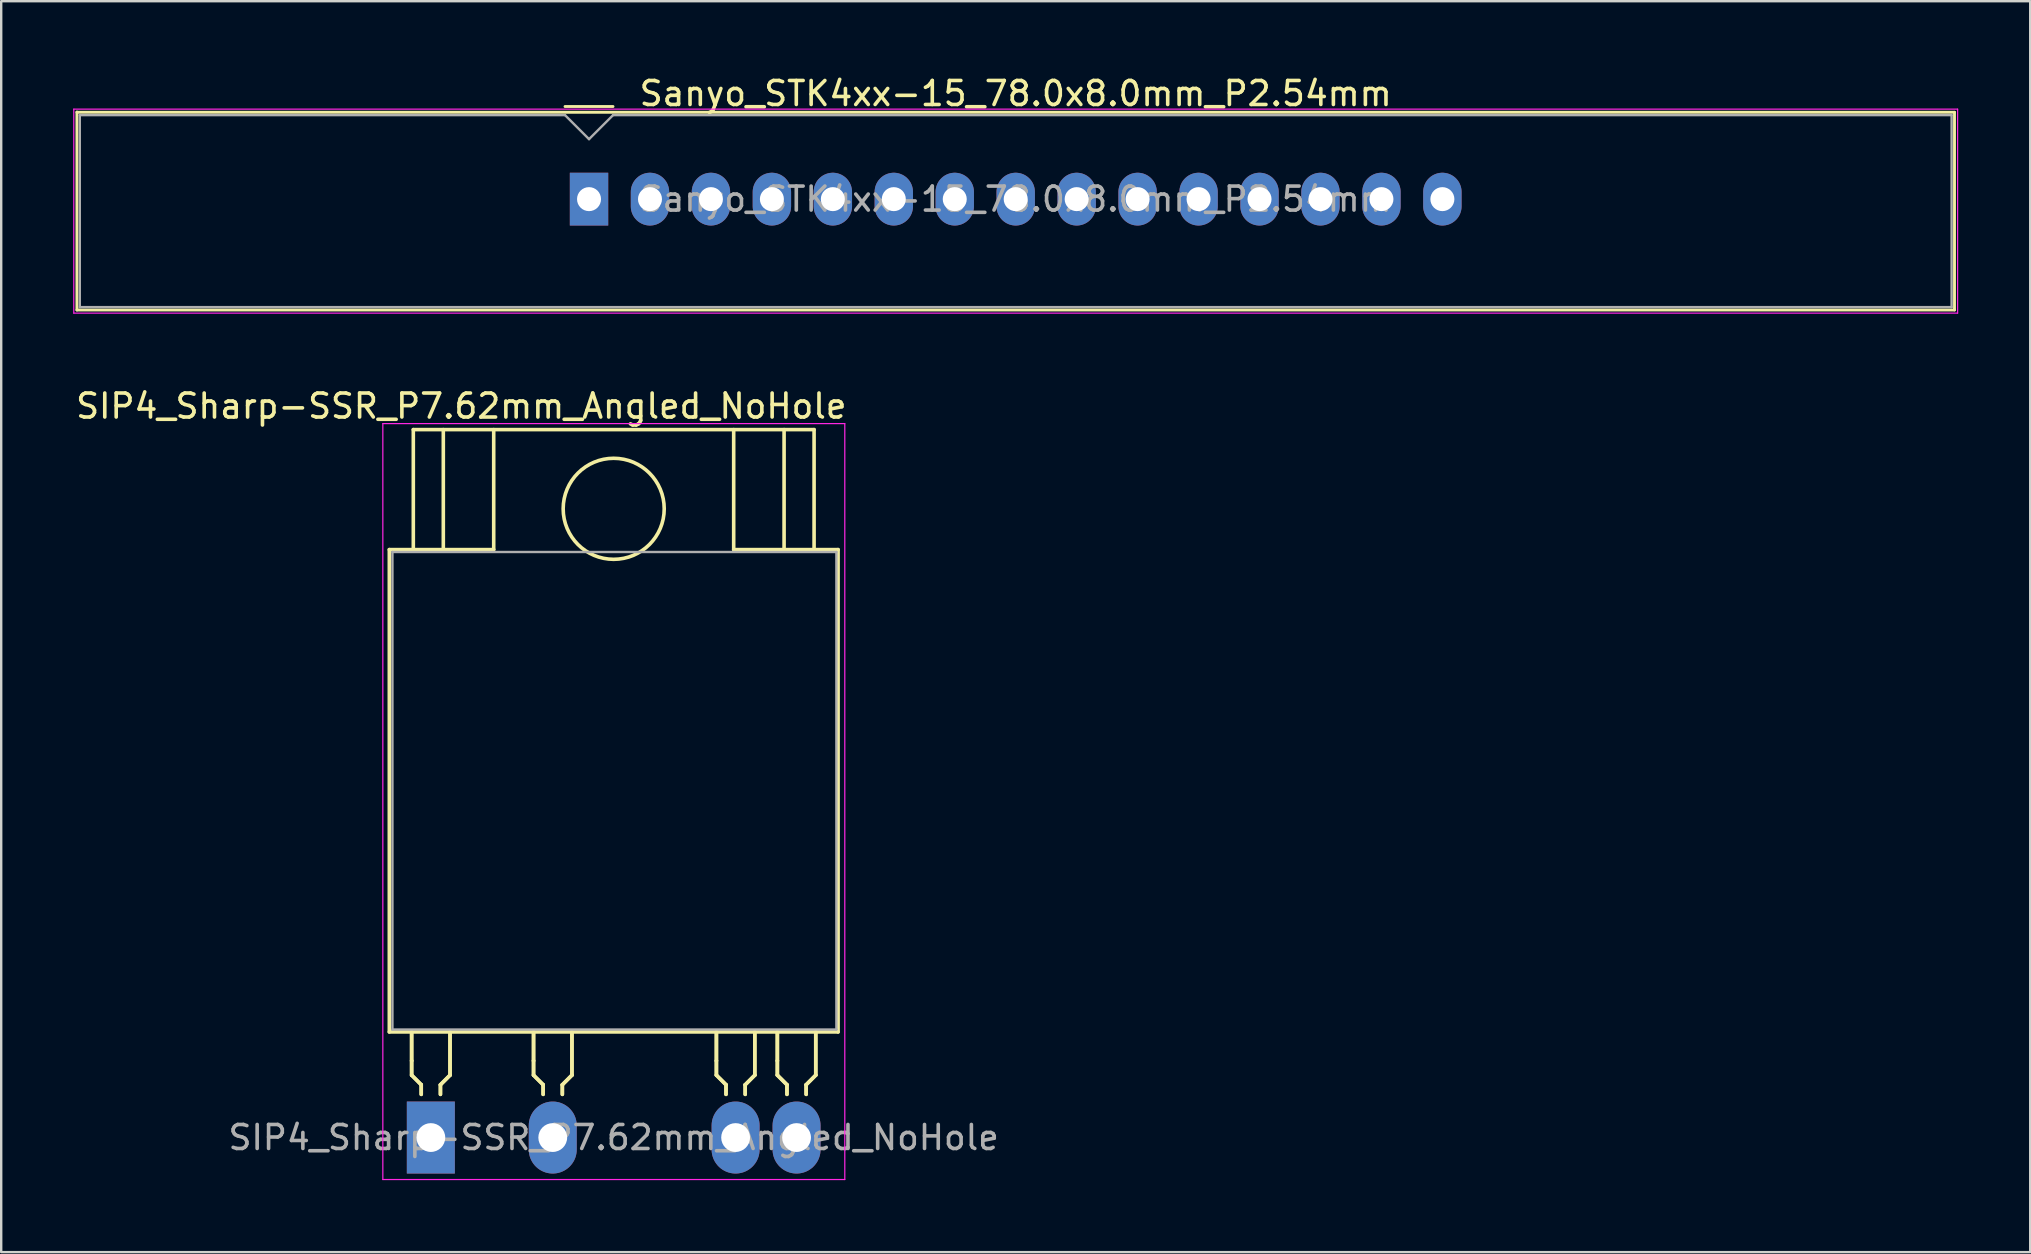
<source format=kicad_pcb>
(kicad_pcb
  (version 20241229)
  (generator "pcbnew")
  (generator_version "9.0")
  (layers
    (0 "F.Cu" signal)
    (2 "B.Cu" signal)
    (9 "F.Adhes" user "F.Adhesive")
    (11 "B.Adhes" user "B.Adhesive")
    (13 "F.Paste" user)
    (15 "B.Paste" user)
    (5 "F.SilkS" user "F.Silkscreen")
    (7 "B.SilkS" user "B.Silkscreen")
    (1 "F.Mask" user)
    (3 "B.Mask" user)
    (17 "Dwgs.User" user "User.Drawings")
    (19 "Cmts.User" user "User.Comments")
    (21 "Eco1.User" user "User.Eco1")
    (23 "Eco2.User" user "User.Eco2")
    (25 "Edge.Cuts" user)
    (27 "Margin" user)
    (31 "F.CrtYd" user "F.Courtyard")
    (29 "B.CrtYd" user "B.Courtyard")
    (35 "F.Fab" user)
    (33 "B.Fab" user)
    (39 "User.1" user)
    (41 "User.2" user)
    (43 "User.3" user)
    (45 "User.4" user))
  (footprint "SIP4_Sharp-SSR_P7.62mm_Angled_NoHole"
    (layer "F.Cu")
    (at 14.903 44.352)
    (property "Reference" "SIP4_Sharp-SSR_P7.62mm_Angled_NoHole" (at 1.27 -30.48 0) (layer "F.SilkS") (effects (font (size 1 1) (thickness 0.15))))
    (attr through_hole)
    (fp_line (start -1.73 -24.5) (end 2.62 -24.5) (stroke (width 0.15) (type solid)) (layer "F.SilkS"))
    (fp_line (start -1.73 -4.4) (end -1.73 -24.5) (stroke (width 0.15) (type solid)) (layer "F.SilkS"))
    (fp_line (start -0.8 -3.2) (end -0.8 -4.4) (stroke (width 0.15) (type solid)) (layer "F.SilkS"))
    (fp_line (start -0.8 -3.2) (end -0.8 -4.4) (stroke (width 0.15) (type solid)) (layer "F.SilkS"))
    (fp_line (start -0.8 -2.6) (end -0.8 -3.2) (stroke (width 0.15) (type solid)) (layer "F.SilkS"))
    (fp_line (start -0.8 -2.6) (end -0.8 -3.2) (stroke (width 0.15) (type solid)) (layer "F.SilkS"))
    (fp_line (start -0.73 -29.5) (end 15.97 -29.5) (stroke (width 0.15) (type solid)) (layer "F.SilkS"))
    (fp_line (start -0.73 -24.5) (end -0.73 -29.5) (stroke (width 0.15) (type solid)) (layer "F.SilkS"))
    (fp_line (start -0.4 -2.2) (end -0.8 -2.6) (stroke (width 0.15) (type solid)) (layer "F.SilkS"))
    (fp_line (start -0.4 -2.2) (end -0.8 -2.6) (stroke (width 0.15) (type solid)) (layer "F.SilkS"))
    (fp_line (start -0.4 -2.2) (end -0.4 -1.8) (stroke (width 0.15) (type solid)) (layer "F.SilkS"))
    (fp_line (start -0.4 -2.2) (end -0.4 -1.8) (stroke (width 0.15) (type solid)) (layer "F.SilkS"))
    (fp_line (start 0.4 -2.2) (end 0.8 -2.6) (stroke (width 0.15) (type solid)) (layer "F.SilkS"))
    (fp_line (start 0.4 -2.2) (end 0.8 -2.6) (stroke (width 0.15) (type solid)) (layer "F.SilkS"))
    (fp_line (start 0.4 -1.8) (end 0.4 -2.2) (stroke (width 0.15) (type solid)) (layer "F.SilkS"))
    (fp_line (start 0.4 -1.8) (end 0.4 -2.2) (stroke (width 0.15) (type solid)) (layer "F.SilkS"))
    (fp_line (start 0.52 -24.5) (end 0.52 -29.5) (stroke (width 0.15) (type solid)) (layer "F.SilkS"))
    (fp_line (start 0.8 -2.6) (end 0.8 -4.4) (stroke (width 0.15) (type solid)) (layer "F.SilkS"))
    (fp_line (start 0.8 -2.6) (end 0.8 -4.4) (stroke (width 0.15) (type solid)) (layer "F.SilkS"))
    (fp_line (start 2.62 -29.5) (end 2.62 -24.5) (stroke (width 0.15) (type solid)) (layer "F.SilkS"))
    (fp_line (start 4.28 -3.2) (end 4.28 -4.4) (stroke (width 0.15) (type solid)) (layer "F.SilkS"))
    (fp_line (start 4.28 -3.2) (end 4.28 -4.4) (stroke (width 0.15) (type solid)) (layer "F.SilkS"))
    (fp_line (start 4.28 -2.6) (end 4.28 -3.2) (stroke (width 0.15) (type solid)) (layer "F.SilkS"))
    (fp_line (start 4.28 -2.6) (end 4.28 -3.2) (stroke (width 0.15) (type solid)) (layer "F.SilkS"))
    (fp_line (start 4.68 -2.2) (end 4.28 -2.6) (stroke (width 0.15) (type solid)) (layer "F.SilkS"))
    (fp_line (start 4.68 -2.2) (end 4.28 -2.6) (stroke (width 0.15) (type solid)) (layer "F.SilkS"))
    (fp_line (start 4.68 -2.2) (end 4.68 -1.8) (stroke (width 0.15) (type solid)) (layer "F.SilkS"))
    (fp_line (start 4.68 -2.2) (end 4.68 -1.8) (stroke (width 0.15) (type solid)) (layer "F.SilkS"))
    (fp_line (start 5.48 -2.2) (end 5.88 -2.6) (stroke (width 0.15) (type solid)) (layer "F.SilkS"))
    (fp_line (start 5.48 -2.2) (end 5.88 -2.6) (stroke (width 0.15) (type solid)) (layer "F.SilkS"))
    (fp_line (start 5.48 -1.8) (end 5.48 -2.2) (stroke (width 0.15) (type solid)) (layer "F.SilkS"))
    (fp_line (start 5.48 -1.8) (end 5.48 -2.2) (stroke (width 0.15) (type solid)) (layer "F.SilkS"))
    (fp_line (start 5.88 -2.6) (end 5.88 -4.4) (stroke (width 0.15) (type solid)) (layer "F.SilkS"))
    (fp_line (start 5.88 -2.6) (end 5.88 -4.4) (stroke (width 0.15) (type solid)) (layer "F.SilkS"))
    (fp_line (start 11.9 -3.2) (end 11.9 -4.4) (stroke (width 0.15) (type solid)) (layer "F.SilkS"))
    (fp_line (start 11.9 -3.2) (end 11.9 -4.4) (stroke (width 0.15) (type solid)) (layer "F.SilkS"))
    (fp_line (start 11.9 -2.6) (end 11.9 -3.2) (stroke (width 0.15) (type solid)) (layer "F.SilkS"))
    (fp_line (start 11.9 -2.6) (end 11.9 -3.2) (stroke (width 0.15) (type solid)) (layer "F.SilkS"))
    (fp_line (start 12.3 -2.2) (end 11.9 -2.6) (stroke (width 0.15) (type solid)) (layer "F.SilkS"))
    (fp_line (start 12.3 -2.2) (end 11.9 -2.6) (stroke (width 0.15) (type solid)) (layer "F.SilkS"))
    (fp_line (start 12.3 -2.2) (end 12.3 -1.8) (stroke (width 0.15) (type solid)) (layer "F.SilkS"))
    (fp_line (start 12.3 -2.2) (end 12.3 -1.8) (stroke (width 0.15) (type solid)) (layer "F.SilkS"))
    (fp_line (start 12.62 -29.5) (end 12.62 -24.5) (stroke (width 0.15) (type solid)) (layer "F.SilkS"))
    (fp_line (start 12.62 -24.5) (end 16.97 -24.5) (stroke (width 0.15) (type solid)) (layer "F.SilkS"))
    (fp_line (start 13.1 -2.2) (end 13.5 -2.6) (stroke (width 0.15) (type solid)) (layer "F.SilkS"))
    (fp_line (start 13.1 -2.2) (end 13.5 -2.6) (stroke (width 0.15) (type solid)) (layer "F.SilkS"))
    (fp_line (start 13.1 -1.8) (end 13.1 -2.2) (stroke (width 0.15) (type solid)) (layer "F.SilkS"))
    (fp_line (start 13.1 -1.8) (end 13.1 -2.2) (stroke (width 0.15) (type solid)) (layer "F.SilkS"))
    (fp_line (start 13.5 -2.6) (end 13.5 -4.4) (stroke (width 0.15) (type solid)) (layer "F.SilkS"))
    (fp_line (start 13.5 -2.6) (end 13.5 -4.4) (stroke (width 0.15) (type solid)) (layer "F.SilkS"))
    (fp_line (start 14.44 -3.2) (end 14.44 -4.4) (stroke (width 0.15) (type solid)) (layer "F.SilkS"))
    (fp_line (start 14.44 -3.2) (end 14.44 -4.4) (stroke (width 0.15) (type solid)) (layer "F.SilkS"))
    (fp_line (start 14.44 -2.6) (end 14.44 -3.2) (stroke (width 0.15) (type solid)) (layer "F.SilkS"))
    (fp_line (start 14.44 -2.6) (end 14.44 -3.2) (stroke (width 0.15) (type solid)) (layer "F.SilkS"))
    (fp_line (start 14.72 -24.5) (end 14.72 -29.5) (stroke (width 0.15) (type solid)) (layer "F.SilkS"))
    (fp_line (start 14.84 -2.2) (end 14.44 -2.6) (stroke (width 0.15) (type solid)) (layer "F.SilkS"))
    (fp_line (start 14.84 -2.2) (end 14.44 -2.6) (stroke (width 0.15) (type solid)) (layer "F.SilkS"))
    (fp_line (start 14.84 -2.2) (end 14.84 -1.8) (stroke (width 0.15) (type solid)) (layer "F.SilkS"))
    (fp_line (start 14.84 -2.2) (end 14.84 -1.8) (stroke (width 0.15) (type solid)) (layer "F.SilkS"))
    (fp_line (start 15.64 -2.2) (end 16.04 -2.6) (stroke (width 0.15) (type solid)) (layer "F.SilkS"))
    (fp_line (start 15.64 -2.2) (end 16.04 -2.6) (stroke (width 0.15) (type solid)) (layer "F.SilkS"))
    (fp_line (start 15.64 -1.8) (end 15.64 -2.2) (stroke (width 0.15) (type solid)) (layer "F.SilkS"))
    (fp_line (start 15.64 -1.8) (end 15.64 -2.2) (stroke (width 0.15) (type solid)) (layer "F.SilkS"))
    (fp_line (start 15.97 -24.5) (end 15.97 -29.5) (stroke (width 0.15) (type solid)) (layer "F.SilkS"))
    (fp_line (start 16.04 -2.6) (end 16.04 -4.4) (stroke (width 0.15) (type solid)) (layer "F.SilkS"))
    (fp_line (start 16.04 -2.6) (end 16.04 -4.4) (stroke (width 0.15) (type solid)) (layer "F.SilkS"))
    (fp_line (start 16.97 -24.5) (end 16.97 -4.4) (stroke (width 0.15) (type solid)) (layer "F.SilkS"))
    (fp_line (start 16.97 -4.4) (end -1.73 -4.4) (stroke (width 0.15) (type solid)) (layer "F.SilkS"))
    (fp_circle (center 7.62 -26.2) (end 9.35 -27.4) (stroke (width 0.15) (type solid)) (fill no) (layer "F.SilkS"))
    (fp_line (start -2 -29.75) (end 17.25 -29.75) (stroke (width 0.05) (type solid)) (layer "F.CrtYd"))
    (fp_line (start -2 1.75) (end -2 -29.75) (stroke (width 0.05) (type solid)) (layer "F.CrtYd"))
    (fp_line (start 17.25 -29.75) (end 17.25 1.75) (stroke (width 0.05) (type solid)) (layer "F.CrtYd"))
    (fp_line (start 17.25 1.75) (end -2 1.75) (stroke (width 0.05) (type solid)) (layer "F.CrtYd"))
    (fp_line (start -1.6 -24.4) (end 16.9 -24.4) (stroke (width 0.1) (type solid)) (layer "F.Fab"))
    (fp_line (start -1.6 -4.5) (end -1.6 -24.4) (stroke (width 0.1) (type solid)) (layer "F.Fab"))
    (fp_line (start 16.9 -24.4) (end 16.9 -4.5) (stroke (width 0.1) (type solid)) (layer "F.Fab"))
    (fp_line (start 16.9 -4.5) (end -1.6 -4.5) (stroke (width 0.1) (type solid)) (layer "F.Fab"))
    (fp_text user "${REFERENCE}" (at 7.62 0 0) (layer "F.Fab") (effects (font (size 1 1) (thickness 0.15))))
    (pad "1" thru_hole rect (at 0 0) (size 2 3) (drill 1.2) (layers "*.Cu" "*.Mask"))
    (pad "2" thru_hole oval (at 5.08 0) (size 2 3) (drill 1.2) (layers "*.Cu" "*.Mask"))
    (pad "3" thru_hole oval (at 12.7 0) (size 2 3) (drill 1.2) (layers "*.Cu" "*.Mask"))
    (pad "4" thru_hole oval (at 15.24 0) (size 2 3) (drill 1.2) (layers "*.Cu" "*.Mask")))
  (footprint "Sanyo_STK4xx-15_78.0x8.0mm_P2.54mm"
    (layer "F.Cu")
    (at 21.495 5.248)
    (property "Reference" "Sanyo_STK4xx-15_78.0x8.0mm_P2.54mm" (at 17.78 -4.4 0) (layer "F.SilkS") (effects (font (size 1 1) (thickness 0.15))))
    (attr through_hole)
    (fp_line (start -21.34 -3.62) (end 56.9 -3.62) (stroke (width 0.12) (type solid)) (layer "F.SilkS"))
    (fp_line (start -21.34 4.62) (end -21.34 -3.63) (stroke (width 0.12) (type solid)) (layer "F.SilkS"))
    (fp_line (start -1 -3.86) (end 1 -3.86) (stroke (width 0.12) (type solid)) (layer "F.SilkS"))
    (fp_line (start 56.9 -3.62) (end 56.9 4.62) (stroke (width 0.12) (type solid)) (layer "F.SilkS"))
    (fp_line (start 56.9 4.62) (end -21.34 4.62) (stroke (width 0.12) (type solid)) (layer "F.SilkS"))
    (fp_line (start -21.47 -3.75) (end 57.03 -3.75) (stroke (width 0.05) (type solid)) (layer "F.CrtYd"))
    (fp_line (start -21.47 4.75) (end -21.47 -3.75) (stroke (width 0.05) (type solid)) (layer "F.CrtYd"))
    (fp_line (start 57.03 -3.75) (end 57.03 4.75) (stroke (width 0.05) (type solid)) (layer "F.CrtYd"))
    (fp_line (start 57.03 4.75) (end -21.47 4.75) (stroke (width 0.05) (type solid)) (layer "F.CrtYd"))
    (fp_line (start -21.22 -3.5) (end -1 -3.5) (stroke (width 0.1) (type solid)) (layer "F.Fab"))
    (fp_line (start -21.22 4.5) (end -21.22 -3.5) (stroke (width 0.1) (type solid)) (layer "F.Fab"))
    (fp_line (start -1 -3.5) (end 0 -2.5) (stroke (width 0.1) (type solid)) (layer "F.Fab"))
    (fp_line (start 0 -2.5) (end 1 -3.5) (stroke (width 0.1) (type solid)) (layer "F.Fab"))
    (fp_line (start 1 -3.5) (end 56.78 -3.5) (stroke (width 0.1) (type solid)) (layer "F.Fab"))
    (fp_line (start 56.78 -3.5) (end 56.78 4.5) (stroke (width 0.1) (type solid)) (layer "F.Fab"))
    (fp_line (start 56.78 4.5) (end -21.22 4.5) (stroke (width 0.1) (type solid)) (layer "F.Fab"))
    (fp_text user "${REFERENCE}" (at 17.78 0 0) (layer "F.Fab") (effects (font (size 1 1) (thickness 0.15))))
    (pad "1" thru_hole rect (at 0 0) (size 1.6 2.2) (drill 1) (layers "*.Cu" "*.Mask"))
    (pad "2" thru_hole oval (at 2.54 0) (size 1.6 2.2) (drill 1) (layers "*.Cu" "*.Mask"))
    (pad "3" thru_hole oval (at 5.08 0) (size 1.6 2.2) (drill 1) (layers "*.Cu" "*.Mask"))
    (pad "4" thru_hole oval (at 7.62 0) (size 1.6 2.2) (drill 1) (layers "*.Cu" "*.Mask"))
    (pad "5" thru_hole oval (at 10.16 0) (size 1.6 2.2) (drill 1) (layers "*.Cu" "*.Mask"))
    (pad "6" thru_hole oval (at 12.7 0) (size 1.6 2.2) (drill 1) (layers "*.Cu" "*.Mask"))
    (pad "7" thru_hole oval (at 15.24 0) (size 1.6 2.2) (drill 1) (layers "*.Cu" "*.Mask"))
    (pad "8" thru_hole oval (at 17.78 0) (size 1.6 2.2) (drill 1) (layers "*.Cu" "*.Mask"))
    (pad "9" thru_hole oval (at 20.32 0) (size 1.6 2.2) (drill 1) (layers "*.Cu" "*.Mask"))
    (pad "10" thru_hole oval (at 22.86 0) (size 1.6 2.2) (drill 1) (layers "*.Cu" "*.Mask"))
    (pad "11" thru_hole oval (at 25.4 0) (size 1.6 2.2) (drill 1) (layers "*.Cu" "*.Mask"))
    (pad "12" thru_hole oval (at 27.94 0) (size 1.6 2.2) (drill 1) (layers "*.Cu" "*.Mask"))
    (pad "13" thru_hole oval (at 30.48 0) (size 1.6 2.2) (drill 1) (layers "*.Cu" "*.Mask"))
    (pad "14" thru_hole oval (at 33.02 0) (size 1.6 2.2) (drill 1) (layers "*.Cu" "*.Mask"))
    (pad "15" thru_hole oval (at 35.56 0) (size 1.6 2.2) (drill 1) (layers "*.Cu" "*.Mask")))
  (gr_rect
    (start -3 -3)
    (end 81.55 49.127)
    (stroke (width 0.1) (type default))
    (fill no)
    (layer "Edge.Cuts")))
</source>
